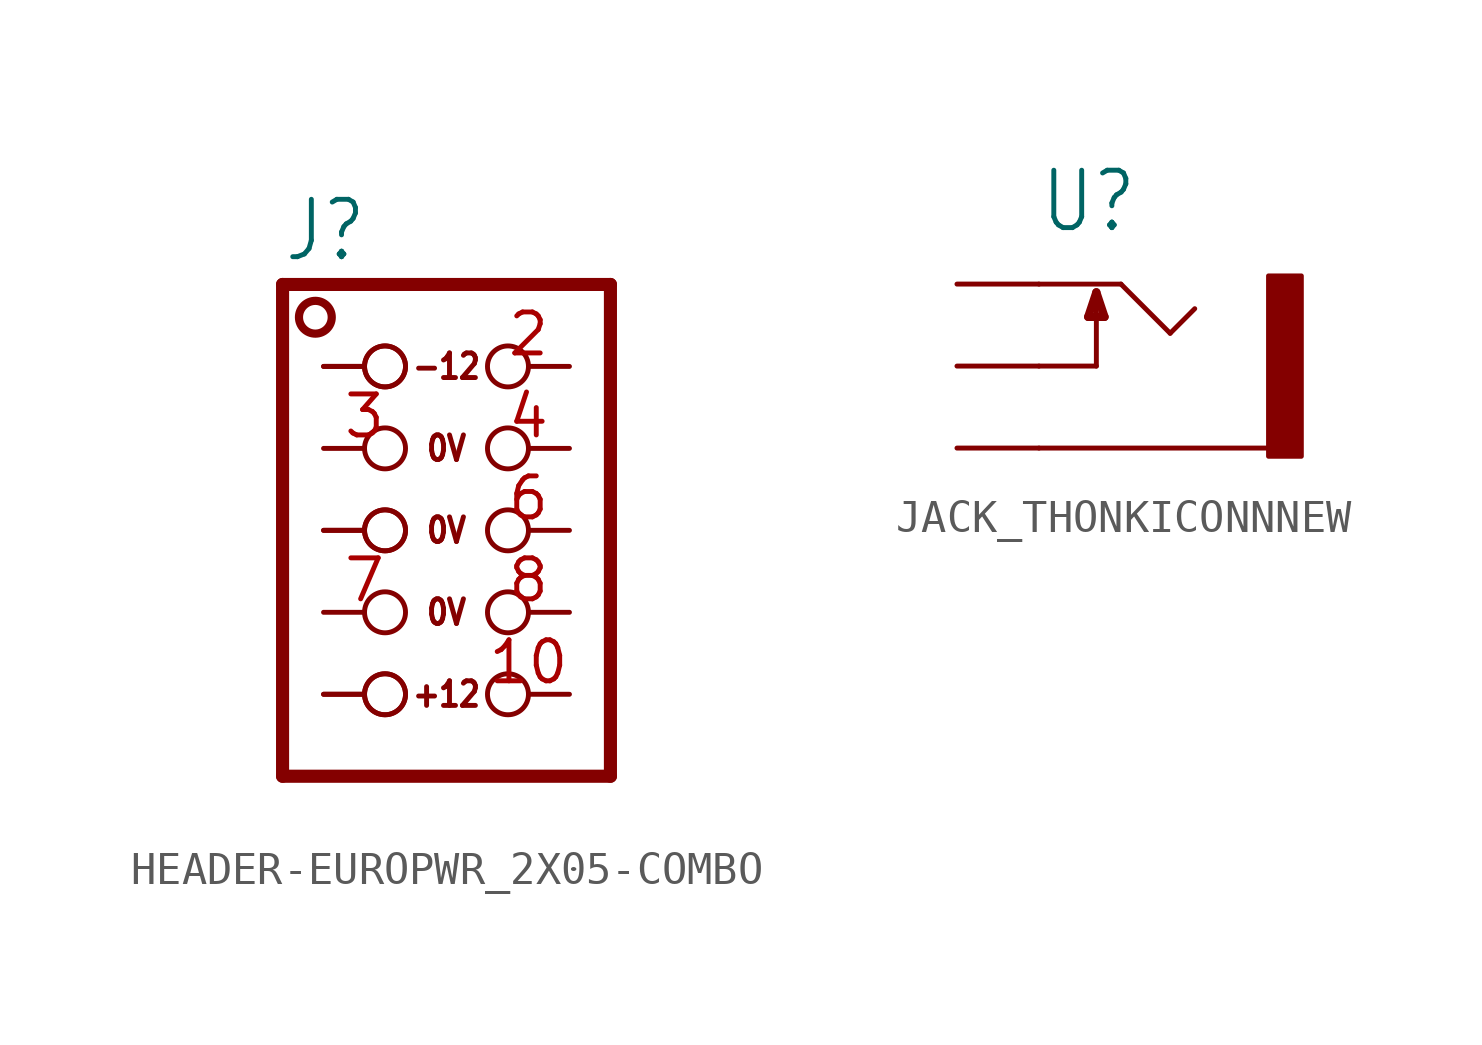
<source format=kicad_sym>
(kicad_symbol_lib
  (version 20231120)
  (generator "kicad_symbol_editor")
  (generator_version "8.0")
  (symbol "HEADER-EUROPWR_2X05-COMBO"
    (property "Reference" "J"
      (at -1.27 8.255 0)
      (effects (font (size 1.778 1.511)) (justify left bottom)))
    (property "ki_locked" ""
      (at 0 0 0)
      (effects (font (size 1.27 1.27))))
    (symbol "HEADER-EUROPWR_2X05-COMBO_1_0"
      (circle (center -0.254 6.604) (radius 0.508) (stroke (width 0.254) (type solid)) (fill (type none)))
      (polyline (pts (xy -1.27 -7.62) (xy -1.27 7.62)) (stroke (width 0.406) (type solid)) (fill (type none)))
      (polyline (pts (xy -1.27 7.62) (xy 8.89 7.62)) (stroke (width 0.406) (type solid)) (fill (type none)))
      (polyline (pts (xy 8.89 -7.62) (xy -1.27 -7.62)) (stroke (width 0.406) (type solid)) (fill (type none)))
      (polyline (pts (xy 8.89 7.62) (xy 8.89 -7.62)) (stroke (width 0.406) (type solid)) (fill (type none)))
      (text "+12" (at 3.81 -5.08 0) (effects (font (size 0.762 0.648))))
      (text "-12" (at 3.81 5.08 0) (effects (font (size 0.762 0.648))))
      (text "0V" (at 3.81 -2.54 0) (effects (font (size 0.762 0.648))))
      (text "0V" (at 3.81 0 0) (effects (font (size 0.762 0.648))))
      (text "0V" (at 3.81 2.54 0) (effects (font (size 0.762 0.648))))
      (pin passive inverted (at 0 5.08 0) (length 2.54) (name "1" (effects (font (size 0 0)))) (number "1" (effects (font (size 0 0)))))
      (pin passive inverted (at 7.62 -5.08 180) (length 2.54) (name "10" (effects (font (size 0 0)))) (number "10" (effects (font (size 1.27 1.27)))))
      (pin passive inverted (at 7.62 5.08 180) (length 2.54) (name "2" (effects (font (size 0 0)))) (number "2" (effects (font (size 1.27 1.27)))))
      (pin passive inverted (at 0 2.54 0) (length 2.54) (name "3" (effects (font (size 0 0)))) (number "3" (effects (font (size 1.27 1.27)))))
      (pin passive inverted (at 7.62 2.54 180) (length 2.54) (name "4" (effects (font (size 0 0)))) (number "4" (effects (font (size 1.27 1.27)))))
      (pin passive inverted (at 0 0 0) (length 2.54) (name "5" (effects (font (size 0 0)))) (number "5" (effects (font (size 0 0)))))
      (pin passive inverted (at 7.62 0 180) (length 2.54) (name "6" (effects (font (size 0 0)))) (number "6" (effects (font (size 1.27 1.27)))))
      (pin passive inverted (at 0 -2.54 0) (length 2.54) (name "7" (effects (font (size 0 0)))) (number "7" (effects (font (size 1.27 1.27)))))
      (pin passive inverted (at 7.62 -2.54 180) (length 2.54) (name "8" (effects (font (size 0 0)))) (number "8" (effects (font (size 1.27 1.27)))))
      (pin passive inverted (at 0 -5.08 0) (length 2.54) (name "9" (effects (font (size 0 0)))) (number "9" (effects (font (size 0 0)))))
      (pin passive inverted (at 0 0 0) (length 2.54) (name "5" (effects (font (size 0 0)))) (number "B" (effects (font (size 0 0)))))
      (pin passive inverted (at 0 -5.08 0) (length 2.54) (name "9" (effects (font (size 0 0)))) (number "R" (effects (font (size 0 0)))))
      (pin passive inverted (at 0 5.08 0) (length 2.54) (name "1" (effects (font (size 0 0)))) (number "W" (effects (font (size 0 0)))))))
  (symbol "JACK_THONKICONNNEW"
    (property "Reference" "U"
      (at -2.54 4.064 0)
      (effects (font (size 1.778 1.511)) (justify left bottom)))
    (property "ki_locked" ""
      (at 0 0 0)
      (effects (font (size 1.27 1.27))))
    (symbol "JACK_THONKICONNNEW_1_0"
      (polyline (pts (xy -2.54 -2.54) (xy 4.572 -2.54)) (stroke (width 0.152) (type solid)) (fill (type none)))
      (polyline (pts (xy -2.54 0) (xy -0.762 0)) (stroke (width 0.152) (type solid)) (fill (type none)))
      (polyline (pts (xy -2.54 2.54) (xy 0 2.54)) (stroke (width 0.152) (type solid)) (fill (type none)))
      (polyline (pts (xy -1.016 1.524) (xy -0.508 1.524)) (stroke (width 0.254) (type solid)) (fill (type none)))
      (polyline (pts (xy -0.762 0) (xy -0.762 2.286)) (stroke (width 0.152) (type solid)) (fill (type none)))
      (polyline (pts (xy -0.762 2.286) (xy -1.016 1.524)) (stroke (width 0.254) (type solid)) (fill (type none)))
      (polyline (pts (xy -0.508 1.524) (xy -0.762 2.286)) (stroke (width 0.254) (type solid)) (fill (type none)))
      (polyline (pts (xy 0 2.54) (xy 1.524 1.016)) (stroke (width 0.152) (type solid)) (fill (type none)))
      (polyline (pts (xy 1.524 1.016) (xy 2.286 1.778)) (stroke (width 0.152) (type solid)) (fill (type none)))
      (rectangle (start 4.572 2.794) (end 5.588 -2.794) (stroke (width 0) (type default)) (fill (type outline)))
      (pin passive line (at -5.08 2.54 0) (length 2.54) (name "TIP" (effects (font (size 0 0)))) (number "P$1_TIP" (effects (font (size 0 0)))))
      (pin passive line (at -5.08 0 0) (length 2.54) (name "SWITCH" (effects (font (size 0 0)))) (number "P$2_SWITCH" (effects (font (size 0 0)))))
      (pin passive line (at -5.08 -2.54 0) (length 2.54) (name "SLEEVE" (effects (font (size 0 0)))) (number "P$3_SLEEVE" (effects (font (size 0 0))))))))
</source>
